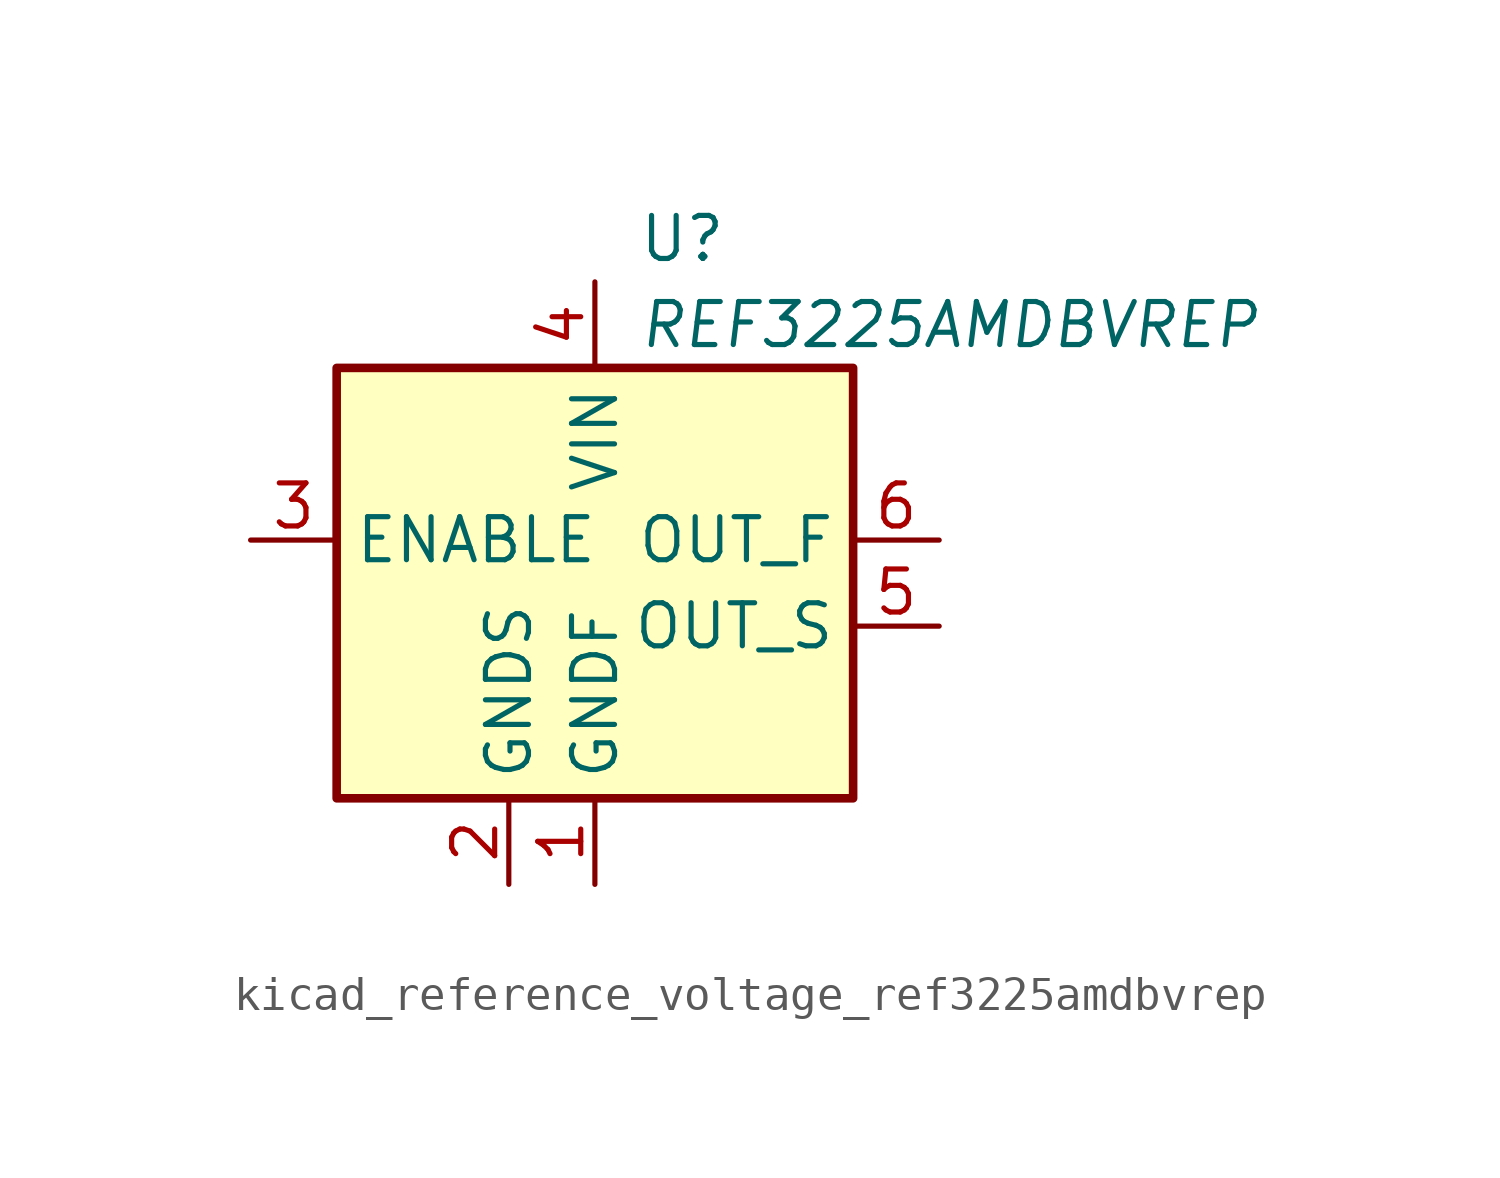
<source format=kicad_sym>
(kicad_symbol_lib
  (version 20220914)
  (generator kicad_symbol_editor)
  (symbol "kicad_reference_voltage_ref3225amdbvrep"
    (property "Reference" "U"
      (at 1.27 8.89 0)
      (effects (font (size 1.27 1.27)) (justify left)))
    (property "Value" "REF3225AMDBVREP"
      (at 1.27 6.35 0)
      (effects (font (size 1.27 1.27) italic) (justify left)))
    (symbol "kicad_reference_voltage_ref3225amdbvrep_0_1"
      (rectangle (start -7.62 5.08) (end 7.62 -7.62) (stroke (width 0.254) (type default)) (fill (type background))))
    (symbol "kicad_reference_voltage_ref3225amdbvrep_1_1"
      (pin power_in line (at 0 -10.16 90) (length 2.54) (name "GNDF" (effects (font (size 1.27 1.27)))) (number "1" (effects (font (size 1.27 1.27)))))
      (pin input line (at -2.54 -10.16 90) (length 2.54) (name "GNDS" (effects (font (size 1.27 1.27)))) (number "2" (effects (font (size 1.27 1.27)))))
      (pin input line (at -10.16 0 0) (length 2.54) (name "ENABLE" (effects (font (size 1.27 1.27)))) (number "3" (effects (font (size 1.27 1.27)))))
      (pin power_in line (at 0 7.62 270) (length 2.54) (name "VIN" (effects (font (size 1.27 1.27)))) (number "4" (effects (font (size 1.27 1.27)))))
      (pin input line (at 10.16 -2.54 180) (length 2.54) (name "OUT_S" (effects (font (size 1.27 1.27)))) (number "5" (effects (font (size 1.27 1.27)))))
      (pin output line (at 10.16 0 180) (length 2.54) (name "OUT_F" (effects (font (size 1.27 1.27)))) (number "6" (effects (font (size 1.27 1.27))))))))
</source>
